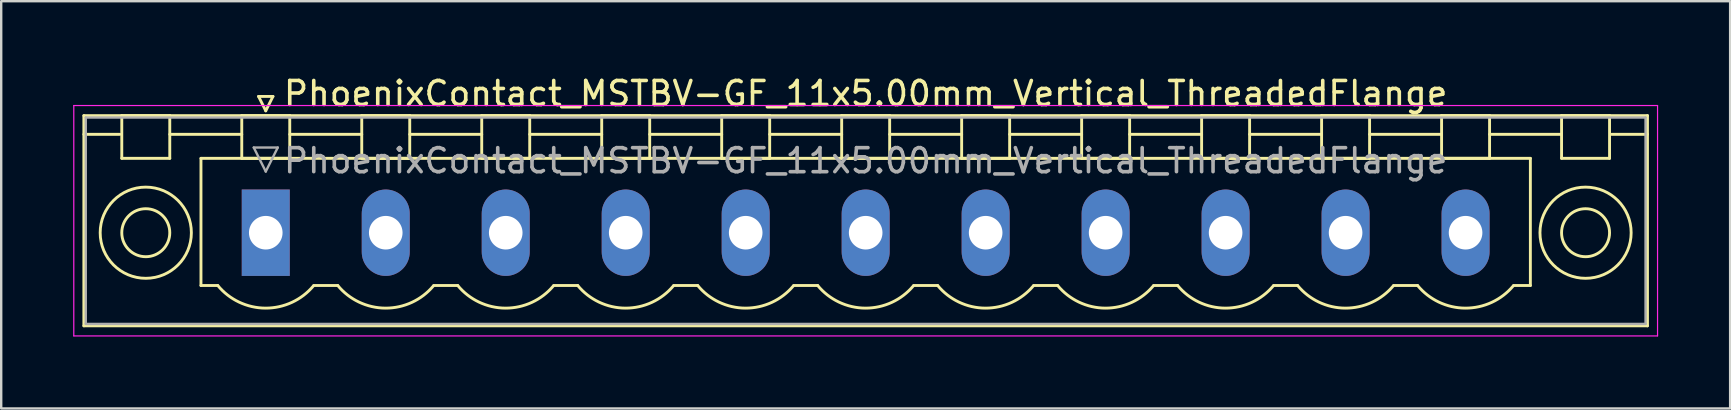
<source format=kicad_pcb>
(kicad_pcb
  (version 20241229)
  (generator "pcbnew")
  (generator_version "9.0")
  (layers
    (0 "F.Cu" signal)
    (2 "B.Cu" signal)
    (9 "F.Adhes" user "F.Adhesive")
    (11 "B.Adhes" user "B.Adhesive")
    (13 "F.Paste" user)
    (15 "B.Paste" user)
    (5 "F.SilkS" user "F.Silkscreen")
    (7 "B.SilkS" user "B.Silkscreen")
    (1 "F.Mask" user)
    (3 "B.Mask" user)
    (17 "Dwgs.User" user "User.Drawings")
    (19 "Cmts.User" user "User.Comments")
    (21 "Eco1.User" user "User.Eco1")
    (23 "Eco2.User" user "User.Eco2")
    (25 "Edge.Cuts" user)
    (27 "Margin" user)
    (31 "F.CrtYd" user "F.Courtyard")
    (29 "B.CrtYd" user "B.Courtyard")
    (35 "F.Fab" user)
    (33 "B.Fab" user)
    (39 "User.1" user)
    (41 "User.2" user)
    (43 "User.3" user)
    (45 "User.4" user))
  (footprint "PhoenixContact_MSTBV-GF_11x5.00mm_Vertical_ThreadedFlange"
    (layer "F.Cu")
    (at 8.025 6.648)
    (property "Reference" "PhoenixContact_MSTBV-GF_11x5.00mm_Vertical_ThreadedFlange" (at 25 -5.8 0) (layer "F.SilkS") (effects (font (size 1 1) (thickness 0.15))))
    (attr through_hole)
    (fp_line (start -7.58 -4.88) (end -7.58 3.88) (stroke (width 0.12) (type solid)) (layer "F.SilkS"))
    (fp_line (start -7.58 -4.1) (end -6.08 -4.1) (stroke (width 0.12) (type solid)) (layer "F.SilkS"))
    (fp_line (start -7.58 3.88) (end 57.58 3.88) (stroke (width 0.12) (type solid)) (layer "F.SilkS"))
    (fp_line (start -6 -4.88) (end -4 -4.88) (stroke (width 0.12) (type solid)) (layer "F.SilkS"))
    (fp_line (start -6 -3.1) (end -6 -4.88) (stroke (width 0.12) (type solid)) (layer "F.SilkS"))
    (fp_line (start -4 -4.88) (end -4 -3.1) (stroke (width 0.12) (type solid)) (layer "F.SilkS"))
    (fp_line (start -4 -4.1) (end -1 -4.1) (stroke (width 0.12) (type solid)) (layer "F.SilkS"))
    (fp_line (start -4 -3.1) (end -6 -3.1) (stroke (width 0.12) (type solid)) (layer "F.SilkS"))
    (fp_line (start -2.7 -3.1) (end 52.7 -3.1) (stroke (width 0.12) (type solid)) (layer "F.SilkS"))
    (fp_line (start -2.7 2.2) (end -2.7 -3.1) (stroke (width 0.12) (type solid)) (layer "F.SilkS"))
    (fp_line (start -2 2.2) (end -2.7 2.2) (stroke (width 0.12) (type solid)) (layer "F.SilkS"))
    (fp_line (start -1 -4.88) (end 1 -4.88) (stroke (width 0.12) (type solid)) (layer "F.SilkS"))
    (fp_line (start -1 -3.1) (end -1 -4.88) (stroke (width 0.12) (type solid)) (layer "F.SilkS"))
    (fp_line (start -0.3 -5.68) (end 0.3 -5.68) (stroke (width 0.12) (type solid)) (layer "F.SilkS"))
    (fp_line (start 0 -5.08) (end -0.3 -5.68) (stroke (width 0.12) (type solid)) (layer "F.SilkS"))
    (fp_line (start 0.3 -5.68) (end 0 -5.08) (stroke (width 0.12) (type solid)) (layer "F.SilkS"))
    (fp_line (start 1 -4.88) (end 1 -3.1) (stroke (width 0.12) (type solid)) (layer "F.SilkS"))
    (fp_line (start 1 -4.1) (end 4 -4.1) (stroke (width 0.12) (type solid)) (layer "F.SilkS"))
    (fp_line (start 1 -3.1) (end -1 -3.1) (stroke (width 0.12) (type solid)) (layer "F.SilkS"))
    (fp_line (start 2 2.2) (end 3 2.2) (stroke (width 0.12) (type solid)) (layer "F.SilkS"))
    (fp_line (start 4 -4.88) (end 6 -4.88) (stroke (width 0.12) (type solid)) (layer "F.SilkS"))
    (fp_line (start 4 -3.1) (end 4 -4.88) (stroke (width 0.12) (type solid)) (layer "F.SilkS"))
    (fp_line (start 6 -4.88) (end 6 -3.1) (stroke (width 0.12) (type solid)) (layer "F.SilkS"))
    (fp_line (start 6 -4.1) (end 9 -4.1) (stroke (width 0.12) (type solid)) (layer "F.SilkS"))
    (fp_line (start 6 -3.1) (end 4 -3.1) (stroke (width 0.12) (type solid)) (layer "F.SilkS"))
    (fp_line (start 7 2.2) (end 8 2.2) (stroke (width 0.12) (type solid)) (layer "F.SilkS"))
    (fp_line (start 9 -4.88) (end 11 -4.88) (stroke (width 0.12) (type solid)) (layer "F.SilkS"))
    (fp_line (start 9 -3.1) (end 9 -4.88) (stroke (width 0.12) (type solid)) (layer "F.SilkS"))
    (fp_line (start 11 -4.88) (end 11 -3.1) (stroke (width 0.12) (type solid)) (layer "F.SilkS"))
    (fp_line (start 11 -4.1) (end 14 -4.1) (stroke (width 0.12) (type solid)) (layer "F.SilkS"))
    (fp_line (start 11 -3.1) (end 9 -3.1) (stroke (width 0.12) (type solid)) (layer "F.SilkS"))
    (fp_line (start 12 2.2) (end 13 2.2) (stroke (width 0.12) (type solid)) (layer "F.SilkS"))
    (fp_line (start 14 -4.88) (end 16 -4.88) (stroke (width 0.12) (type solid)) (layer "F.SilkS"))
    (fp_line (start 14 -3.1) (end 14 -4.88) (stroke (width 0.12) (type solid)) (layer "F.SilkS"))
    (fp_line (start 16 -4.88) (end 16 -3.1) (stroke (width 0.12) (type solid)) (layer "F.SilkS"))
    (fp_line (start 16 -4.1) (end 19 -4.1) (stroke (width 0.12) (type solid)) (layer "F.SilkS"))
    (fp_line (start 16 -3.1) (end 14 -3.1) (stroke (width 0.12) (type solid)) (layer "F.SilkS"))
    (fp_line (start 17 2.2) (end 18 2.2) (stroke (width 0.12) (type solid)) (layer "F.SilkS"))
    (fp_line (start 19 -4.88) (end 21 -4.88) (stroke (width 0.12) (type solid)) (layer "F.SilkS"))
    (fp_line (start 19 -3.1) (end 19 -4.88) (stroke (width 0.12) (type solid)) (layer "F.SilkS"))
    (fp_line (start 21 -4.88) (end 21 -3.1) (stroke (width 0.12) (type solid)) (layer "F.SilkS"))
    (fp_line (start 21 -4.1) (end 24 -4.1) (stroke (width 0.12) (type solid)) (layer "F.SilkS"))
    (fp_line (start 21 -3.1) (end 19 -3.1) (stroke (width 0.12) (type solid)) (layer "F.SilkS"))
    (fp_line (start 22 2.2) (end 23 2.2) (stroke (width 0.12) (type solid)) (layer "F.SilkS"))
    (fp_line (start 24 -4.88) (end 26 -4.88) (stroke (width 0.12) (type solid)) (layer "F.SilkS"))
    (fp_line (start 24 -3.1) (end 24 -4.88) (stroke (width 0.12) (type solid)) (layer "F.SilkS"))
    (fp_line (start 26 -4.88) (end 26 -3.1) (stroke (width 0.12) (type solid)) (layer "F.SilkS"))
    (fp_line (start 26 -4.1) (end 29 -4.1) (stroke (width 0.12) (type solid)) (layer "F.SilkS"))
    (fp_line (start 26 -3.1) (end 24 -3.1) (stroke (width 0.12) (type solid)) (layer "F.SilkS"))
    (fp_line (start 27 2.2) (end 28 2.2) (stroke (width 0.12) (type solid)) (layer "F.SilkS"))
    (fp_line (start 29 -4.88) (end 31 -4.88) (stroke (width 0.12) (type solid)) (layer "F.SilkS"))
    (fp_line (start 29 -3.1) (end 29 -4.88) (stroke (width 0.12) (type solid)) (layer "F.SilkS"))
    (fp_line (start 31 -4.88) (end 31 -3.1) (stroke (width 0.12) (type solid)) (layer "F.SilkS"))
    (fp_line (start 31 -4.1) (end 34 -4.1) (stroke (width 0.12) (type solid)) (layer "F.SilkS"))
    (fp_line (start 31 -3.1) (end 29 -3.1) (stroke (width 0.12) (type solid)) (layer "F.SilkS"))
    (fp_line (start 32 2.2) (end 33 2.2) (stroke (width 0.12) (type solid)) (layer "F.SilkS"))
    (fp_line (start 34 -4.88) (end 36 -4.88) (stroke (width 0.12) (type solid)) (layer "F.SilkS"))
    (fp_line (start 34 -3.1) (end 34 -4.88) (stroke (width 0.12) (type solid)) (layer "F.SilkS"))
    (fp_line (start 36 -4.88) (end 36 -3.1) (stroke (width 0.12) (type solid)) (layer "F.SilkS"))
    (fp_line (start 36 -4.1) (end 39 -4.1) (stroke (width 0.12) (type solid)) (layer "F.SilkS"))
    (fp_line (start 36 -3.1) (end 34 -3.1) (stroke (width 0.12) (type solid)) (layer "F.SilkS"))
    (fp_line (start 37 2.2) (end 38 2.2) (stroke (width 0.12) (type solid)) (layer "F.SilkS"))
    (fp_line (start 39 -4.88) (end 41 -4.88) (stroke (width 0.12) (type solid)) (layer "F.SilkS"))
    (fp_line (start 39 -3.1) (end 39 -4.88) (stroke (width 0.12) (type solid)) (layer "F.SilkS"))
    (fp_line (start 41 -4.88) (end 41 -3.1) (stroke (width 0.12) (type solid)) (layer "F.SilkS"))
    (fp_line (start 41 -4.1) (end 44 -4.1) (stroke (width 0.12) (type solid)) (layer "F.SilkS"))
    (fp_line (start 41 -3.1) (end 39 -3.1) (stroke (width 0.12) (type solid)) (layer "F.SilkS"))
    (fp_line (start 42 2.2) (end 43 2.2) (stroke (width 0.12) (type solid)) (layer "F.SilkS"))
    (fp_line (start 44 -4.88) (end 46 -4.88) (stroke (width 0.12) (type solid)) (layer "F.SilkS"))
    (fp_line (start 44 -3.1) (end 44 -4.88) (stroke (width 0.12) (type solid)) (layer "F.SilkS"))
    (fp_line (start 46 -4.88) (end 46 -3.1) (stroke (width 0.12) (type solid)) (layer "F.SilkS"))
    (fp_line (start 46 -4.1) (end 49 -4.1) (stroke (width 0.12) (type solid)) (layer "F.SilkS"))
    (fp_line (start 46 -3.1) (end 44 -3.1) (stroke (width 0.12) (type solid)) (layer "F.SilkS"))
    (fp_line (start 47 2.2) (end 48 2.2) (stroke (width 0.12) (type solid)) (layer "F.SilkS"))
    (fp_line (start 49 -4.88) (end 51 -4.88) (stroke (width 0.12) (type solid)) (layer "F.SilkS"))
    (fp_line (start 49 -3.1) (end 49 -4.88) (stroke (width 0.12) (type solid)) (layer "F.SilkS"))
    (fp_line (start 51 -4.88) (end 51 -3.1) (stroke (width 0.12) (type solid)) (layer "F.SilkS"))
    (fp_line (start 51 -4.1) (end 54 -4.1) (stroke (width 0.12) (type solid)) (layer "F.SilkS"))
    (fp_line (start 51 -3.1) (end 49 -3.1) (stroke (width 0.12) (type solid)) (layer "F.SilkS"))
    (fp_line (start 52.7 -3.1) (end 52.7 2.2) (stroke (width 0.12) (type solid)) (layer "F.SilkS"))
    (fp_line (start 52.7 2.2) (end 52 2.2) (stroke (width 0.12) (type solid)) (layer "F.SilkS"))
    (fp_line (start 54 -4.88) (end 56 -4.88) (stroke (width 0.12) (type solid)) (layer "F.SilkS"))
    (fp_line (start 54 -3.1) (end 54 -4.88) (stroke (width 0.12) (type solid)) (layer "F.SilkS"))
    (fp_line (start 56 -4.88) (end 56 -3.1) (stroke (width 0.12) (type solid)) (layer "F.SilkS"))
    (fp_line (start 56 -3.1) (end 54 -3.1) (stroke (width 0.12) (type solid)) (layer "F.SilkS"))
    (fp_line (start 57.58 -4.88) (end -7.58 -4.88) (stroke (width 0.12) (type solid)) (layer "F.SilkS"))
    (fp_line (start 57.58 -4.1) (end 56.08 -4.1) (stroke (width 0.12) (type solid)) (layer "F.SilkS"))
    (fp_line (start 57.58 3.88) (end 57.58 -4.88) (stroke (width 0.12) (type solid)) (layer "F.SilkS"))
    (fp_arc (start 1.986842 2.215821) (mid -0.010289 3.142758) (end -2 2.2) (stroke (width 0.12) (type solid)) (layer "F.SilkS"))
    (fp_arc (start 6.986842 2.215821) (mid 4.989711 3.142758) (end 3 2.2) (stroke (width 0.12) (type solid)) (layer "F.SilkS"))
    (fp_arc (start 11.986842 2.215821) (mid 9.989711 3.142758) (end 8 2.2) (stroke (width 0.12) (type solid)) (layer "F.SilkS"))
    (fp_arc (start 16.986842 2.215821) (mid 14.989711 3.142758) (end 13 2.2) (stroke (width 0.12) (type solid)) (layer "F.SilkS"))
    (fp_arc (start 21.986842 2.215821) (mid 19.989711 3.142758) (end 18 2.2) (stroke (width 0.12) (type solid)) (layer "F.SilkS"))
    (fp_arc (start 26.986842 2.215821) (mid 24.989711 3.142758) (end 23 2.2) (stroke (width 0.12) (type solid)) (layer "F.SilkS"))
    (fp_arc (start 31.986842 2.215821) (mid 29.989711 3.142758) (end 28 2.2) (stroke (width 0.12) (type solid)) (layer "F.SilkS"))
    (fp_arc (start 36.986842 2.215821) (mid 34.989711 3.142758) (end 33 2.2) (stroke (width 0.12) (type solid)) (layer "F.SilkS"))
    (fp_arc (start 41.986842 2.215821) (mid 39.989711 3.142758) (end 38 2.2) (stroke (width 0.12) (type solid)) (layer "F.SilkS"))
    (fp_arc (start 46.986842 2.215821) (mid 44.989711 3.142758) (end 43 2.2) (stroke (width 0.12) (type solid)) (layer "F.SilkS"))
    (fp_arc (start 51.986842 2.215821) (mid 49.989711 3.142758) (end 48 2.2) (stroke (width 0.12) (type solid)) (layer "F.SilkS"))
    (fp_circle (center -5 0) (end -4 0) (stroke (width 0.12) (type solid)) (fill no) (layer "F.SilkS"))
    (fp_circle (center -5 0) (end -3.1 0) (stroke (width 0.12) (type solid)) (fill no) (layer "F.SilkS"))
    (fp_circle (center 55 0) (end 56 0) (stroke (width 0.12) (type solid)) (fill no) (layer "F.SilkS"))
    (fp_circle (center 55 0) (end 56.9 0) (stroke (width 0.12) (type solid)) (fill no) (layer "F.SilkS"))
    (fp_line (start -8 -5.3) (end -8 4.3) (stroke (width 0.05) (type solid)) (layer "F.CrtYd"))
    (fp_line (start -8 4.3) (end 58 4.3) (stroke (width 0.05) (type solid)) (layer "F.CrtYd"))
    (fp_line (start 58 -5.3) (end -8 -5.3) (stroke (width 0.05) (type solid)) (layer "F.CrtYd"))
    (fp_line (start 58 4.3) (end 58 -5.3) (stroke (width 0.05) (type solid)) (layer "F.CrtYd"))
    (fp_line (start -7.5 -4.8) (end -7.5 3.8) (stroke (width 0.1) (type solid)) (layer "F.Fab"))
    (fp_line (start -7.5 3.8) (end 57.5 3.8) (stroke (width 0.1) (type solid)) (layer "F.Fab"))
    (fp_line (start -0.5 -3.55) (end 0.5 -3.55) (stroke (width 0.1) (type solid)) (layer "F.Fab"))
    (fp_line (start 0 -2.55) (end -0.5 -3.55) (stroke (width 0.1) (type solid)) (layer "F.Fab"))
    (fp_line (start 0.5 -3.55) (end 0 -2.55) (stroke (width 0.1) (type solid)) (layer "F.Fab"))
    (fp_line (start 57.5 -4.8) (end -7.5 -4.8) (stroke (width 0.1) (type solid)) (layer "F.Fab"))
    (fp_line (start 57.5 3.8) (end 57.5 -4.8) (stroke (width 0.1) (type solid)) (layer "F.Fab"))
    (fp_text user "${REFERENCE}" (at 25 -3 0) (layer "F.Fab") (effects (font (size 1 1) (thickness 0.15))))
    (pad "1" thru_hole rect (at 0 0) (size 2 3.6) (drill 1.4) (layers "*.Cu" "*.Mask"))
    (pad "2" thru_hole oval (at 5 0) (size 2 3.6) (drill 1.4) (layers "*.Cu" "*.Mask"))
    (pad "3" thru_hole oval (at 10 0) (size 2 3.6) (drill 1.4) (layers "*.Cu" "*.Mask"))
    (pad "4" thru_hole oval (at 15 0) (size 2 3.6) (drill 1.4) (layers "*.Cu" "*.Mask"))
    (pad "5" thru_hole oval (at 20 0) (size 2 3.6) (drill 1.4) (layers "*.Cu" "*.Mask"))
    (pad "6" thru_hole oval (at 25 0) (size 2 3.6) (drill 1.4) (layers "*.Cu" "*.Mask"))
    (pad "7" thru_hole oval (at 30 0) (size 2 3.6) (drill 1.4) (layers "*.Cu" "*.Mask"))
    (pad "8" thru_hole oval (at 35 0) (size 2 3.6) (drill 1.4) (layers "*.Cu" "*.Mask"))
    (pad "9" thru_hole oval (at 40 0) (size 2 3.6) (drill 1.4) (layers "*.Cu" "*.Mask"))
    (pad "10" thru_hole oval (at 45 0) (size 2 3.6) (drill 1.4) (layers "*.Cu" "*.Mask"))
    (pad "11" thru_hole oval (at 50 0) (size 2 3.6) (drill 1.4) (layers "*.Cu" "*.Mask")))
  (gr_rect
    (start -3 -3)
    (end 69.05 13.973)
    (stroke (width 0.1) (type default))
    (fill no)
    (layer "Edge.Cuts")))
</source>
